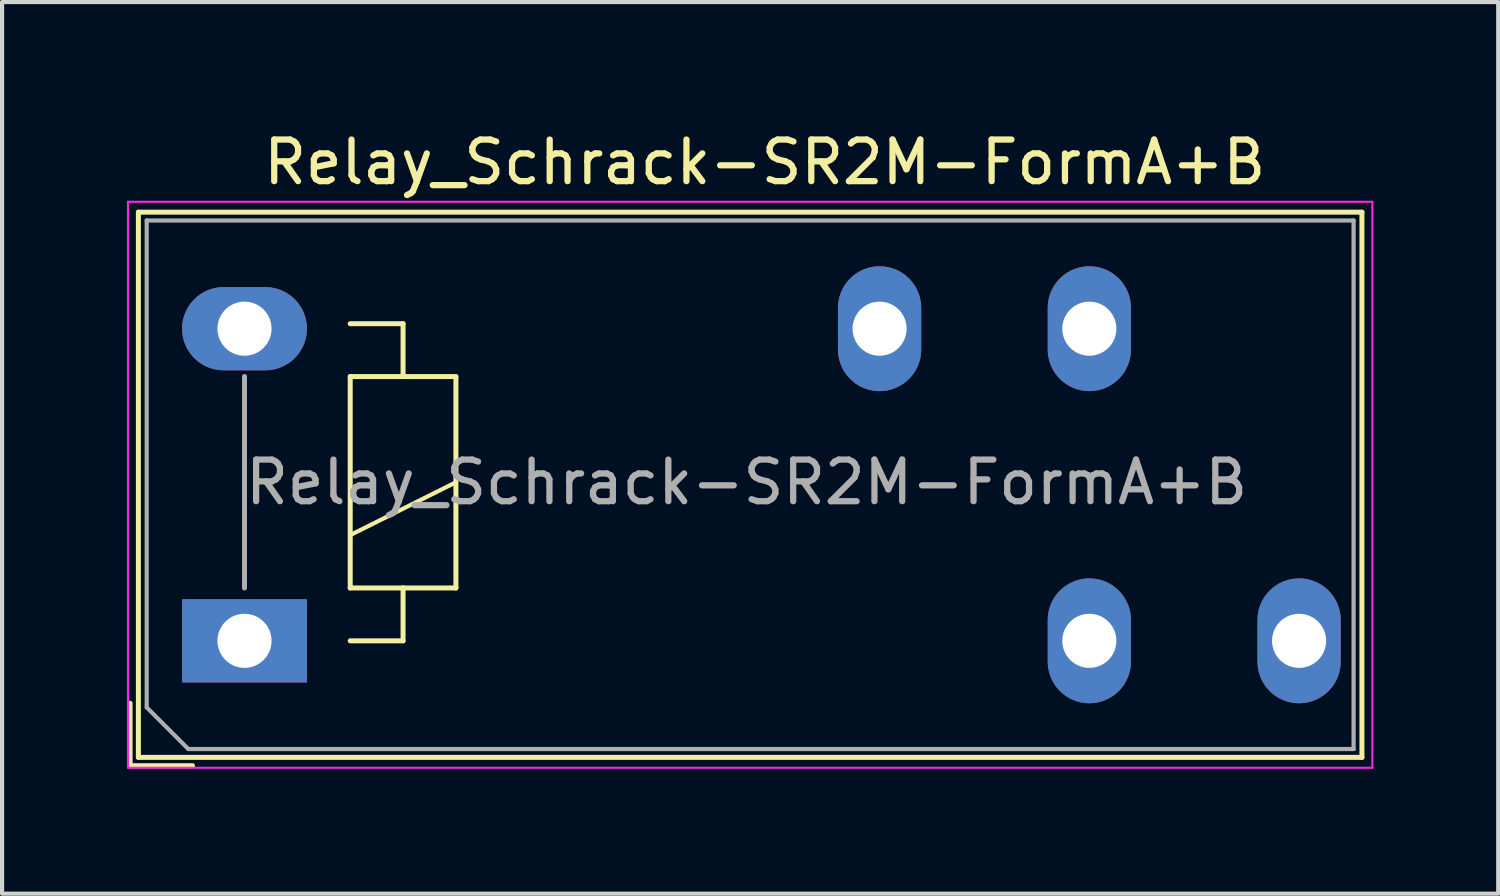
<source format=kicad_pcb>
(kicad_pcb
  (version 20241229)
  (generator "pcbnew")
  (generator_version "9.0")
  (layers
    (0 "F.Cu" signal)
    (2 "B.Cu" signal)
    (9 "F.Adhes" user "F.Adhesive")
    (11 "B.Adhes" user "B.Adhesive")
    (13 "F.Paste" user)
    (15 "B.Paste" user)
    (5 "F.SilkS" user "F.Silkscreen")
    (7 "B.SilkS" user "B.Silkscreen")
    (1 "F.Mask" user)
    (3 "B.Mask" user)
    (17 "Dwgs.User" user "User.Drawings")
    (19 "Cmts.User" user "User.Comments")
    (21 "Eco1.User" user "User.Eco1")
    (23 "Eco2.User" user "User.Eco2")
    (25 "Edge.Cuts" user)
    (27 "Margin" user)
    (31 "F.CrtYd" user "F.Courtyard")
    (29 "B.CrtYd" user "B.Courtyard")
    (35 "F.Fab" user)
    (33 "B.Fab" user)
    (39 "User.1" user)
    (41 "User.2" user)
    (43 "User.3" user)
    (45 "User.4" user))
  (footprint "Relay_Schrack-SR2M-FormA+B"
    (layer "F.Cu")
    (at 2.825 12.348)
    (property "Reference" "Relay_Schrack-SR2M-FormA+B" (at 12.5 -11.5 0) (layer "F.SilkS") (effects (font (size 1 1) (thickness 0.15))))
    (attr through_hole)
    (fp_line (start -2.75 1.5) (end -2.75 3) (stroke (width 0.12) (type solid)) (layer "F.SilkS"))
    (fp_line (start -2.75 3) (end -1.25 3) (stroke (width 0.12) (type solid)) (layer "F.SilkS"))
    (fp_line (start -2.55 -10.3) (end -2.55 2.8) (stroke (width 0.12) (type solid)) (layer "F.SilkS"))
    (fp_line (start -2.55 2.8) (end 26.85 2.8) (stroke (width 0.12) (type solid)) (layer "F.SilkS"))
    (fp_line (start 2.54 -6.35) (end 2.54 -1.27) (stroke (width 0.12) (type solid)) (layer "F.SilkS"))
    (fp_line (start 2.54 -2.54) (end 5.08 -3.81) (stroke (width 0.1) (type solid)) (layer "F.SilkS"))
    (fp_line (start 2.54 -1.27) (end 3.81 -1.27) (stroke (width 0.12) (type solid)) (layer "F.SilkS"))
    (fp_line (start 2.54 0) (end 3.81 0) (stroke (width 0.12) (type solid)) (layer "F.SilkS"))
    (fp_line (start 3.81 -7.62) (end 2.54 -7.62) (stroke (width 0.12) (type solid)) (layer "F.SilkS"))
    (fp_line (start 3.81 -6.35) (end 3.81 -7.62) (stroke (width 0.12) (type solid)) (layer "F.SilkS"))
    (fp_line (start 3.81 -1.27) (end 5.08 -1.27) (stroke (width 0.12) (type solid)) (layer "F.SilkS"))
    (fp_line (start 3.81 0) (end 3.81 -1.27) (stroke (width 0.12) (type solid)) (layer "F.SilkS"))
    (fp_line (start 5.08 -6.35) (end 2.54 -6.35) (stroke (width 0.12) (type solid)) (layer "F.SilkS"))
    (fp_line (start 5.08 -1.27) (end 5.08 -6.35) (stroke (width 0.12) (type solid)) (layer "F.SilkS"))
    (fp_line (start 26.85 -10.3) (end -2.55 -10.3) (stroke (width 0.12) (type solid)) (layer "F.SilkS"))
    (fp_line (start 26.85 2.8) (end 26.85 -10.3) (stroke (width 0.12) (type solid)) (layer "F.SilkS"))
    (fp_line (start -2.8 -10.55) (end -2.8 3.05) (stroke (width 0.05) (type solid)) (layer "F.CrtYd"))
    (fp_line (start -2.8 3.05) (end 27.1 3.05) (stroke (width 0.05) (type solid)) (layer "F.CrtYd"))
    (fp_line (start 27.1 -10.55) (end -2.8 -10.55) (stroke (width 0.05) (type solid)) (layer "F.CrtYd"))
    (fp_line (start 27.1 3.05) (end 27.1 -10.55) (stroke (width 0.05) (type solid)) (layer "F.CrtYd"))
    (fp_line (start -2.35 -10.1) (end -2.35 1.6) (stroke (width 0.1) (type solid)) (layer "F.Fab"))
    (fp_line (start -2.35 1.6) (end -1.35 2.6) (stroke (width 0.1) (type solid)) (layer "F.Fab"))
    (fp_line (start -1.35 2.6) (end 26.65 2.6) (stroke (width 0.1) (type solid)) (layer "F.Fab"))
    (fp_line (start 0 -1.27) (end 0 -6.35) (stroke (width 0.12) (type solid)) (layer "F.Fab"))
    (fp_line (start 26.65 -10.1) (end -2.35 -10.1) (stroke (width 0.1) (type solid)) (layer "F.Fab"))
    (fp_line (start 26.65 2.6) (end 26.65 -10.1) (stroke (width 0.1) (type solid)) (layer "F.Fab"))
    (fp_text user "${REFERENCE}" (at 12.065 -3.81 180) (layer "F.Fab") (effects (font (size 1 1) (thickness 0.15))))
    (pad "13" thru_hole oval (at 25.34 0 180) (size 2 3) (drill 1.3) (layers "*.Cu" "*.Mask"))
    (pad "14" thru_hole oval (at 20.3 0 180) (size 2 3) (drill 1.3) (layers "*.Cu" "*.Mask"))
    (pad "21" thru_hole oval (at 15.26 -7.5 180) (size 2 3) (drill 1.3) (layers "*.Cu" "*.Mask"))
    (pad "22" thru_hole oval (at 20.3 -7.5 180) (size 2 3) (drill 1.3) (layers "*.Cu" "*.Mask"))
    (pad "A1" thru_hole rect (at 0 0 180) (size 3 2) (drill 1.3) (layers "*.Cu" "*.Mask"))
    (pad "A2" thru_hole oval (at 0 -7.5 180) (size 3 2) (drill 1.3) (layers "*.Cu" "*.Mask")))
  (gr_rect
    (start -3 -3)
    (end 32.95 18.423)
    (stroke (width 0.1) (type default))
    (fill no)
    (layer "Edge.Cuts")))
</source>
